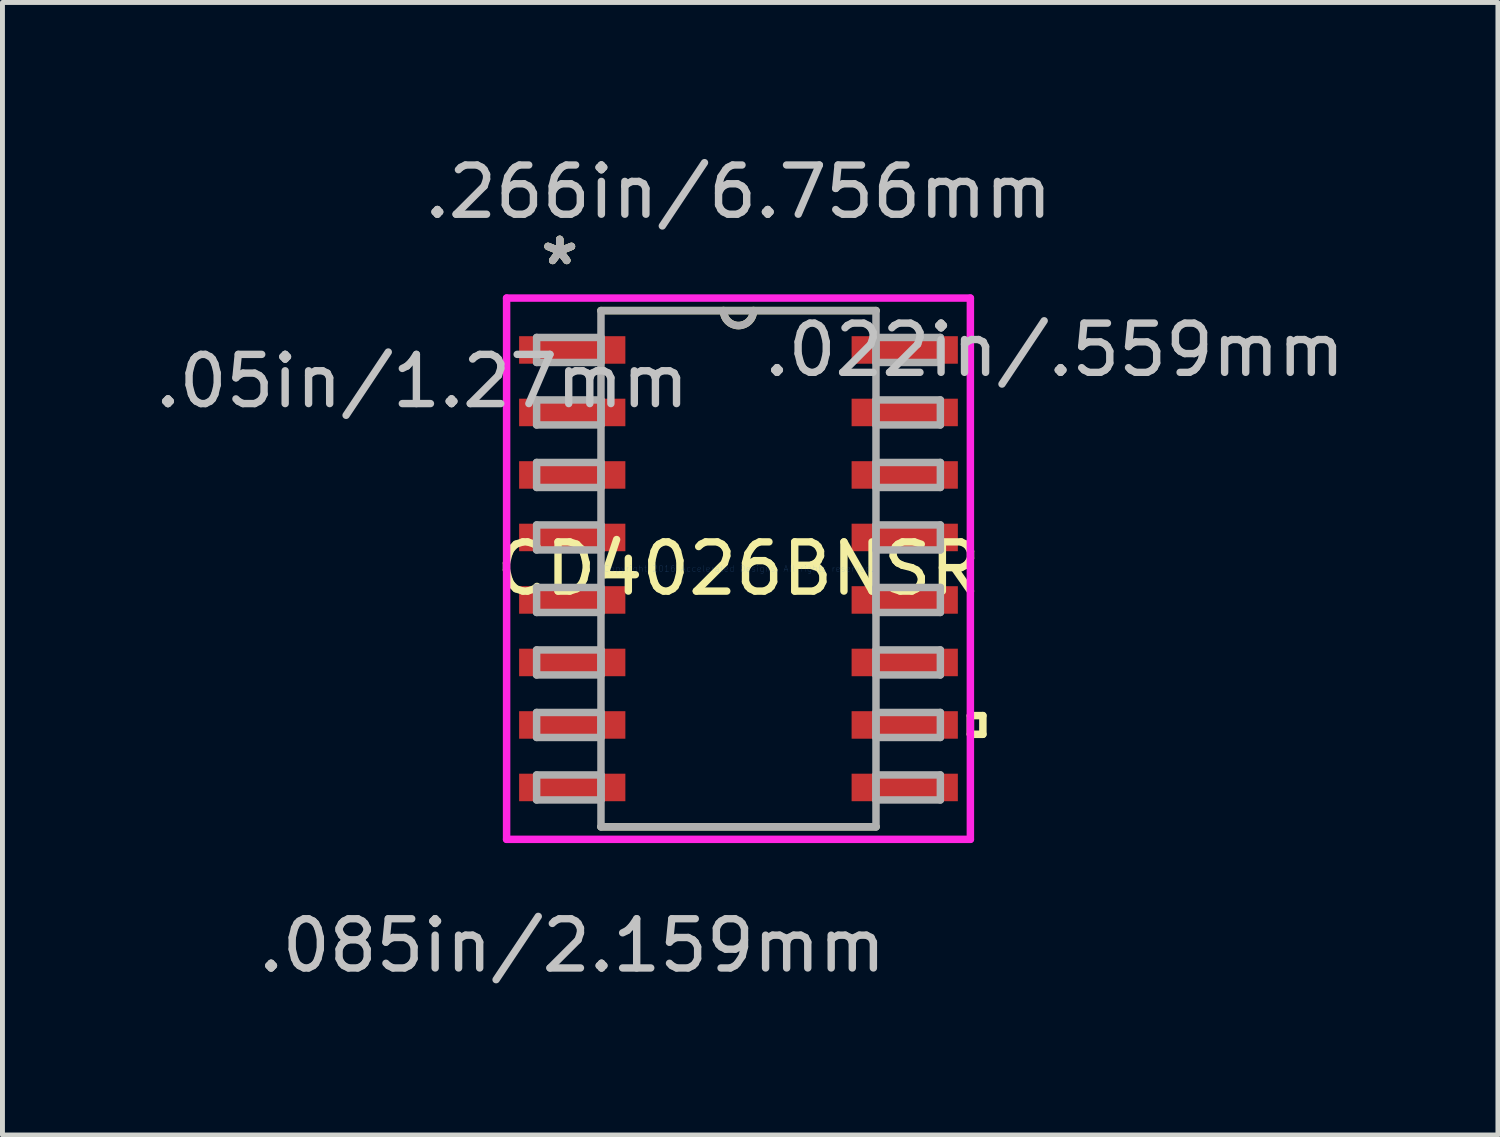
<source format=kicad_pcb>
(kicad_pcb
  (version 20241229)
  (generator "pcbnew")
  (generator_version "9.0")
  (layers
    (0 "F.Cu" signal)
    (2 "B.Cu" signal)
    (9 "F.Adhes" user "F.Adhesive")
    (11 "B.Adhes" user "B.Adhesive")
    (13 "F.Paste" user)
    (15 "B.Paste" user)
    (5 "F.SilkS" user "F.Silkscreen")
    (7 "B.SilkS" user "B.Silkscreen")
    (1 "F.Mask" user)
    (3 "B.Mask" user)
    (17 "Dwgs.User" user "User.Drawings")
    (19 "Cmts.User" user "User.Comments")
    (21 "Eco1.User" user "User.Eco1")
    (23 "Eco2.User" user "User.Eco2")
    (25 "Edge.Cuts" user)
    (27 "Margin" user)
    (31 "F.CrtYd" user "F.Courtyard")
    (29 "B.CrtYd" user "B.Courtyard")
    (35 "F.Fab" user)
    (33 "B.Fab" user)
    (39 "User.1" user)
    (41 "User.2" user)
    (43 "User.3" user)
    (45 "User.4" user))
  (footprint "CD4026BNSR"
    (layer "F.Cu")
    (at 11.956 8.506)
    (property "Reference" "CD4026BNSR" (at 0 0 0) (layer "F.SilkS") (effects (font (size 1 1) (thickness 0.15))))
    (attr through_hole)
    (fp_line (start -2.794 5.245) (end 2.794 5.245) (stroke (width 0.152) (type solid)) (layer "F.SilkS"))
    (fp_line (start 2.794 -5.245) (end -2.794 -5.245) (stroke (width 0.152) (type solid)) (layer "F.SilkS"))
    (fp_line (start 4.712 2.985) (end 4.966 2.985) (stroke (width 0.152) (type solid)) (layer "F.SilkS"))
    (fp_line (start 4.712 3.365) (end 4.712 2.985) (stroke (width 0.152) (type solid)) (layer "F.SilkS"))
    (fp_line (start 4.966 2.985) (end 4.966 3.365) (stroke (width 0.152) (type solid)) (layer "F.SilkS"))
    (fp_line (start 4.966 3.365) (end 4.712 3.365) (stroke (width 0.152) (type solid)) (layer "F.SilkS"))
    (fp_arc (start 0.3048 -5.2451) (mid 0 -4.9403) (end -0.3048 -5.2451) (stroke (width 0.1524) (type solid)) (layer "F.SilkS"))
    (fp_line (start -4.712 -5.499) (end 4.712 -5.499) (stroke (width 0.152) (type solid)) (layer "F.CrtYd"))
    (fp_line (start -4.712 5.499) (end -4.712 -5.499) (stroke (width 0.152) (type solid)) (layer "F.CrtYd"))
    (fp_line (start 4.712 -5.499) (end 4.712 5.499) (stroke (width 0.152) (type solid)) (layer "F.CrtYd"))
    (fp_line (start 4.712 5.499) (end -4.712 5.499) (stroke (width 0.152) (type solid)) (layer "F.CrtYd"))
    (fp_line (start -4.102 -4.699) (end -4.102 -4.191) (stroke (width 0.152) (type solid)) (layer "F.Fab"))
    (fp_line (start -4.102 -4.191) (end -2.794 -4.191) (stroke (width 0.152) (type solid)) (layer "F.Fab"))
    (fp_line (start -4.102 -3.429) (end -4.102 -2.921) (stroke (width 0.152) (type solid)) (layer "F.Fab"))
    (fp_line (start -4.102 -2.921) (end -2.794 -2.921) (stroke (width 0.152) (type solid)) (layer "F.Fab"))
    (fp_line (start -4.102 -2.159) (end -4.102 -1.651) (stroke (width 0.152) (type solid)) (layer "F.Fab"))
    (fp_line (start -4.102 -1.651) (end -2.794 -1.651) (stroke (width 0.152) (type solid)) (layer "F.Fab"))
    (fp_line (start -4.102 -0.889) (end -4.102 -0.381) (stroke (width 0.152) (type solid)) (layer "F.Fab"))
    (fp_line (start -4.102 -0.381) (end -2.794 -0.381) (stroke (width 0.152) (type solid)) (layer "F.Fab"))
    (fp_line (start -4.102 0.381) (end -4.102 0.889) (stroke (width 0.152) (type solid)) (layer "F.Fab"))
    (fp_line (start -4.102 0.889) (end -2.794 0.889) (stroke (width 0.152) (type solid)) (layer "F.Fab"))
    (fp_line (start -4.102 1.651) (end -4.102 2.159) (stroke (width 0.152) (type solid)) (layer "F.Fab"))
    (fp_line (start -4.102 2.159) (end -2.794 2.159) (stroke (width 0.152) (type solid)) (layer "F.Fab"))
    (fp_line (start -4.102 2.921) (end -4.102 3.429) (stroke (width 0.152) (type solid)) (layer "F.Fab"))
    (fp_line (start -4.102 3.429) (end -2.794 3.429) (stroke (width 0.152) (type solid)) (layer "F.Fab"))
    (fp_line (start -4.102 4.191) (end -4.102 4.699) (stroke (width 0.152) (type solid)) (layer "F.Fab"))
    (fp_line (start -4.102 4.699) (end -2.794 4.699) (stroke (width 0.152) (type solid)) (layer "F.Fab"))
    (fp_line (start -2.794 -5.245) (end -2.794 5.245) (stroke (width 0.152) (type solid)) (layer "F.Fab"))
    (fp_line (start -2.794 -4.699) (end -4.102 -4.699) (stroke (width 0.152) (type solid)) (layer "F.Fab"))
    (fp_line (start -2.794 -4.191) (end -2.794 -4.699) (stroke (width 0.152) (type solid)) (layer "F.Fab"))
    (fp_line (start -2.794 -3.429) (end -4.102 -3.429) (stroke (width 0.152) (type solid)) (layer "F.Fab"))
    (fp_line (start -2.794 -2.921) (end -2.794 -3.429) (stroke (width 0.152) (type solid)) (layer "F.Fab"))
    (fp_line (start -2.794 -2.159) (end -4.102 -2.159) (stroke (width 0.152) (type solid)) (layer "F.Fab"))
    (fp_line (start -2.794 -1.651) (end -2.794 -2.159) (stroke (width 0.152) (type solid)) (layer "F.Fab"))
    (fp_line (start -2.794 -0.889) (end -4.102 -0.889) (stroke (width 0.152) (type solid)) (layer "F.Fab"))
    (fp_line (start -2.794 -0.381) (end -2.794 -0.889) (stroke (width 0.152) (type solid)) (layer "F.Fab"))
    (fp_line (start -2.794 0.381) (end -4.102 0.381) (stroke (width 0.152) (type solid)) (layer "F.Fab"))
    (fp_line (start -2.794 0.889) (end -2.794 0.381) (stroke (width 0.152) (type solid)) (layer "F.Fab"))
    (fp_line (start -2.794 1.651) (end -4.102 1.651) (stroke (width 0.152) (type solid)) (layer "F.Fab"))
    (fp_line (start -2.794 2.159) (end -2.794 1.651) (stroke (width 0.152) (type solid)) (layer "F.Fab"))
    (fp_line (start -2.794 2.921) (end -4.102 2.921) (stroke (width 0.152) (type solid)) (layer "F.Fab"))
    (fp_line (start -2.794 3.429) (end -2.794 2.921) (stroke (width 0.152) (type solid)) (layer "F.Fab"))
    (fp_line (start -2.794 4.191) (end -4.102 4.191) (stroke (width 0.152) (type solid)) (layer "F.Fab"))
    (fp_line (start -2.794 4.699) (end -2.794 4.191) (stroke (width 0.152) (type solid)) (layer "F.Fab"))
    (fp_line (start -2.794 5.245) (end 2.794 5.245) (stroke (width 0.152) (type solid)) (layer "F.Fab"))
    (fp_line (start 2.794 -5.245) (end -2.794 -5.245) (stroke (width 0.152) (type solid)) (layer "F.Fab"))
    (fp_line (start 2.794 -4.699) (end 2.794 -4.191) (stroke (width 0.152) (type solid)) (layer "F.Fab"))
    (fp_line (start 2.794 -4.191) (end 4.102 -4.191) (stroke (width 0.152) (type solid)) (layer "F.Fab"))
    (fp_line (start 2.794 -3.429) (end 2.794 -2.921) (stroke (width 0.152) (type solid)) (layer "F.Fab"))
    (fp_line (start 2.794 -2.921) (end 4.102 -2.921) (stroke (width 0.152) (type solid)) (layer "F.Fab"))
    (fp_line (start 2.794 -2.159) (end 2.794 -1.651) (stroke (width 0.152) (type solid)) (layer "F.Fab"))
    (fp_line (start 2.794 -1.651) (end 4.102 -1.651) (stroke (width 0.152) (type solid)) (layer "F.Fab"))
    (fp_line (start 2.794 -0.889) (end 2.794 -0.381) (stroke (width 0.152) (type solid)) (layer "F.Fab"))
    (fp_line (start 2.794 -0.381) (end 4.102 -0.381) (stroke (width 0.152) (type solid)) (layer "F.Fab"))
    (fp_line (start 2.794 0.381) (end 2.794 0.889) (stroke (width 0.152) (type solid)) (layer "F.Fab"))
    (fp_line (start 2.794 0.889) (end 4.102 0.889) (stroke (width 0.152) (type solid)) (layer "F.Fab"))
    (fp_line (start 2.794 1.651) (end 2.794 2.159) (stroke (width 0.152) (type solid)) (layer "F.Fab"))
    (fp_line (start 2.794 2.159) (end 4.102 2.159) (stroke (width 0.152) (type solid)) (layer "F.Fab"))
    (fp_line (start 2.794 2.921) (end 2.794 3.429) (stroke (width 0.152) (type solid)) (layer "F.Fab"))
    (fp_line (start 2.794 3.429) (end 4.102 3.429) (stroke (width 0.152) (type solid)) (layer "F.Fab"))
    (fp_line (start 2.794 4.191) (end 2.794 4.699) (stroke (width 0.152) (type solid)) (layer "F.Fab"))
    (fp_line (start 2.794 4.699) (end 4.102 4.699) (stroke (width 0.152) (type solid)) (layer "F.Fab"))
    (fp_line (start 2.794 5.245) (end 2.794 -5.245) (stroke (width 0.152) (type solid)) (layer "F.Fab"))
    (fp_line (start 4.102 -4.699) (end 2.794 -4.699) (stroke (width 0.152) (type solid)) (layer "F.Fab"))
    (fp_line (start 4.102 -4.191) (end 4.102 -4.699) (stroke (width 0.152) (type solid)) (layer "F.Fab"))
    (fp_line (start 4.102 -3.429) (end 2.794 -3.429) (stroke (width 0.152) (type solid)) (layer "F.Fab"))
    (fp_line (start 4.102 -2.921) (end 4.102 -3.429) (stroke (width 0.152) (type solid)) (layer "F.Fab"))
    (fp_line (start 4.102 -2.159) (end 2.794 -2.159) (stroke (width 0.152) (type solid)) (layer "F.Fab"))
    (fp_line (start 4.102 -1.651) (end 4.102 -2.159) (stroke (width 0.152) (type solid)) (layer "F.Fab"))
    (fp_line (start 4.102 -0.889) (end 2.794 -0.889) (stroke (width 0.152) (type solid)) (layer "F.Fab"))
    (fp_line (start 4.102 -0.381) (end 4.102 -0.889) (stroke (width 0.152) (type solid)) (layer "F.Fab"))
    (fp_line (start 4.102 0.381) (end 2.794 0.381) (stroke (width 0.152) (type solid)) (layer "F.Fab"))
    (fp_line (start 4.102 0.889) (end 4.102 0.381) (stroke (width 0.152) (type solid)) (layer "F.Fab"))
    (fp_line (start 4.102 1.651) (end 2.794 1.651) (stroke (width 0.152) (type solid)) (layer "F.Fab"))
    (fp_line (start 4.102 2.159) (end 4.102 1.651) (stroke (width 0.152) (type solid)) (layer "F.Fab"))
    (fp_line (start 4.102 2.921) (end 2.794 2.921) (stroke (width 0.152) (type solid)) (layer "F.Fab"))
    (fp_line (start 4.102 3.429) (end 4.102 2.921) (stroke (width 0.152) (type solid)) (layer "F.Fab"))
    (fp_line (start 4.102 4.191) (end 2.794 4.191) (stroke (width 0.152) (type solid)) (layer "F.Fab"))
    (fp_line (start 4.102 4.699) (end 4.102 4.191) (stroke (width 0.152) (type solid)) (layer "F.Fab"))
    (fp_arc (start 0.3048 -5.2451) (mid 0 -4.9403) (end -0.3048 -5.2451) (stroke (width 0.1524) (type solid)) (layer "F.Fab"))
    (fp_text user "*" (at -3.632 -6.147 0) (layer "F.SilkS") (effects (font (size 1 1) (thickness 0.15))))
    (fp_text user "*" (at -3.632 -6.147 0) (layer "F.SilkS") (effects (font (size 1 1) (thickness 0.15))))
    (fp_text user ".022in/.559mm" (at 6.426 -4.445 0) (layer "Dwgs.User") (effects (font (size 1 1) (thickness 0.15))))
    (fp_text user ".266in/6.756mm" (at 0 -7.658 0) (layer "Dwgs.User") (effects (font (size 1 1) (thickness 0.15))))
    (fp_text user ".085in/2.159mm" (at -3.378 7.658 0) (layer "Dwgs.User") (effects (font (size 1 1) (thickness 0.15))))
    (fp_text user ".05in/1.27mm" (at -6.426 -3.81 0) (layer "Dwgs.User") (effects (font (size 1 1) (thickness 0.15))))
    (fp_text user "Copyright 2016 Accelerated Designs. All rights reserved." (at 0 0 0) (layer "Cmts.User") (effects (font (size 0.127 0.127) (thickness 0.002))))
    (fp_text user "*" (at -3.632 -6.147 0) (layer "F.Fab") (effects (font (size 1 1) (thickness 0.15))))
    (fp_text user "*" (at -3.632 -6.147 0) (layer "F.Fab") (effects (font (size 1 1) (thickness 0.15))))
    (pad "1" smd rect (at -3.378 -4.445) (size 2.159 0.559) (layers "F.Cu" "F.Mask" "F.Paste"))
    (pad "2" smd rect (at -3.378 -3.175) (size 2.159 0.559) (layers "F.Cu" "F.Mask" "F.Paste"))
    (pad "3" smd rect (at -3.378 -1.905) (size 2.159 0.559) (layers "F.Cu" "F.Mask" "F.Paste"))
    (pad "4" smd rect (at -3.378 -0.635) (size 2.159 0.559) (layers "F.Cu" "F.Mask" "F.Paste"))
    (pad "5" smd rect (at -3.378 0.635) (size 2.159 0.559) (layers "F.Cu" "F.Mask" "F.Paste"))
    (pad "6" smd rect (at -3.378 1.905) (size 2.159 0.559) (layers "F.Cu" "F.Mask" "F.Paste"))
    (pad "7" smd rect (at -3.378 3.175) (size 2.159 0.559) (layers "F.Cu" "F.Mask" "F.Paste"))
    (pad "8" smd rect (at -3.378 4.445) (size 2.159 0.559) (layers "F.Cu" "F.Mask" "F.Paste"))
    (pad "9" smd rect (at 3.378 4.445) (size 2.159 0.559) (layers "F.Cu" "F.Mask" "F.Paste"))
    (pad "10" smd rect (at 3.378 3.175) (size 2.159 0.559) (layers "F.Cu" "F.Mask" "F.Paste"))
    (pad "11" smd rect (at 3.378 1.905) (size 2.159 0.559) (layers "F.Cu" "F.Mask" "F.Paste"))
    (pad "12" smd rect (at 3.378 0.635) (size 2.159 0.559) (layers "F.Cu" "F.Mask" "F.Paste"))
    (pad "13" smd rect (at 3.378 -0.635) (size 2.159 0.559) (layers "F.Cu" "F.Mask" "F.Paste"))
    (pad "14" smd rect (at 3.378 -1.905) (size 2.159 0.559) (layers "F.Cu" "F.Mask" "F.Paste"))
    (pad "15" smd rect (at 3.378 -3.175) (size 2.159 0.559) (layers "F.Cu" "F.Mask" "F.Paste"))
    (pad "16" smd rect (at 3.378 -4.445) (size 2.159 0.559) (layers "F.Cu" "F.Mask" "F.Paste")))
  (gr_rect
    (start -3 -3)
    (end 27.388 20.013)
    (stroke (width 0.1) (type default))
    (fill no)
    (layer "Edge.Cuts")))
</source>
